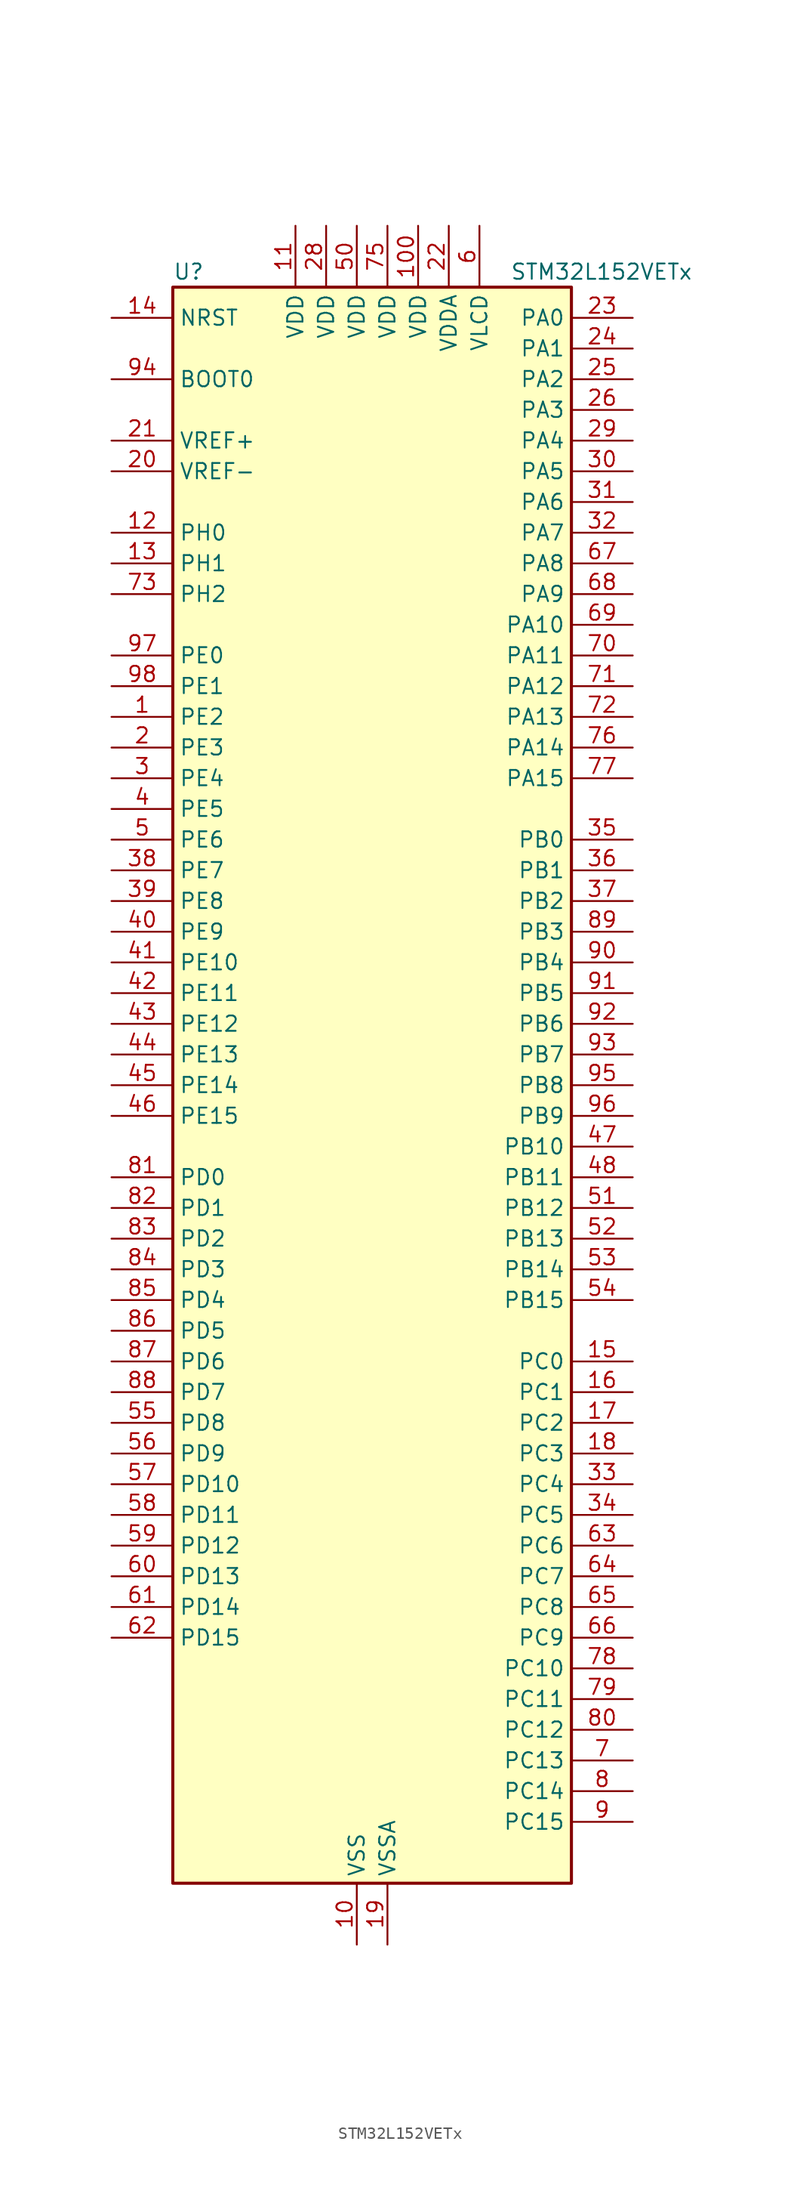
<source format=kicad_sym>
(kicad_symbol_lib
  (version 20220914)
  (generator kicad_symbol_editor)
  (symbol "STM32L152VETx"
    (property "Reference" "U"
      (at -15.24 67.31 0)
      (effects (font (size 1.27 1.27)) (justify left)))
    (property "Value" "STM32L152VETx"
      (at 12.7 67.31 0)
      (effects (font (size 1.27 1.27)) (justify left)))
    (property "ki_locked" ""
      (at 0 0 0)
      (effects (font (size 1.27 1.27))))
    (symbol "STM32L152VETx_0_1"
      (rectangle (start -15.24 -66.04) (end 17.78 66.04) (stroke (width 0.254) (type default)) (fill (type background))))
    (symbol "STM32L152VETx_1_1"
      (pin bidirectional line (at -20.32 30.48 0) (length 5.08) (name "PE2" (effects (font (size 1.27 1.27)))) (number "1" (effects (font (size 1.27 1.27)))) (alternate "LCD_SEG38" bidirectional line) (alternate "SYS_TRACECK" bidirectional line) (alternate "TIM3_ETR" bidirectional line) (alternate "TIMX_IC3" bidirectional line))
      (pin power_in line (at 0 -71.12 90) (length 5.08) (name "VSS" (effects (font (size 1.27 1.27)))) (number "10" (effects (font (size 1.27 1.27)))))
      (pin power_in line (at 5.08 71.12 270) (length 5.08) (name "VDD" (effects (font (size 1.27 1.27)))) (number "100" (effects (font (size 1.27 1.27)))))
      (pin power_in line (at -5.08 71.12 270) (length 5.08) (name "VDD" (effects (font (size 1.27 1.27)))) (number "11" (effects (font (size 1.27 1.27)))))
      (pin bidirectional line (at -20.32 45.72 0) (length 5.08) (name "PH0" (effects (font (size 1.27 1.27)))) (number "12" (effects (font (size 1.27 1.27)))) (alternate "RCC_OSC_IN" bidirectional line))
      (pin bidirectional line (at -20.32 43.18 0) (length 5.08) (name "PH1" (effects (font (size 1.27 1.27)))) (number "13" (effects (font (size 1.27 1.27)))) (alternate "RCC_OSC_OUT" bidirectional line))
      (pin input line (at -20.32 63.5 0) (length 5.08) (name "NRST" (effects (font (size 1.27 1.27)))) (number "14" (effects (font (size 1.27 1.27)))))
      (pin bidirectional line (at 22.86 -22.86 180) (length 5.08) (name "PC0" (effects (font (size 1.27 1.27)))) (number "15" (effects (font (size 1.27 1.27)))) (alternate "ADC_IN10" bidirectional line) (alternate "COMP1_INP" bidirectional line) (alternate "LCD_SEG18" bidirectional line) (alternate "TIMX_IC1" bidirectional line) (alternate "TS_G8_IO1" bidirectional line))
      (pin bidirectional line (at 22.86 -25.4 180) (length 5.08) (name "PC1" (effects (font (size 1.27 1.27)))) (number "16" (effects (font (size 1.27 1.27)))) (alternate "ADC_IN11" bidirectional line) (alternate "COMP1_INP" bidirectional line) (alternate "LCD_SEG19" bidirectional line) (alternate "TIMX_IC2" bidirectional line) (alternate "TS_G8_IO2" bidirectional line))
      (pin bidirectional line (at 22.86 -27.94 180) (length 5.08) (name "PC2" (effects (font (size 1.27 1.27)))) (number "17" (effects (font (size 1.27 1.27)))) (alternate "ADC_IN12" bidirectional line) (alternate "COMP1_INP" bidirectional line) (alternate "LCD_SEG20" bidirectional line) (alternate "TIMX_IC3" bidirectional line) (alternate "TS_G8_IO3" bidirectional line))
      (pin bidirectional line (at 22.86 -30.48 180) (length 5.08) (name "PC3" (effects (font (size 1.27 1.27)))) (number "18" (effects (font (size 1.27 1.27)))) (alternate "ADC_IN13" bidirectional line) (alternate "COMP1_INP" bidirectional line) (alternate "LCD_SEG21" bidirectional line) (alternate "TIMX_IC4" bidirectional line) (alternate "TS_G8_IO4" bidirectional line))
      (pin power_in line (at 2.54 -71.12 90) (length 5.08) (name "VSSA" (effects (font (size 1.27 1.27)))) (number "19" (effects (font (size 1.27 1.27)))))
      (pin bidirectional line (at -20.32 27.94 0) (length 5.08) (name "PE3" (effects (font (size 1.27 1.27)))) (number "2" (effects (font (size 1.27 1.27)))) (alternate "LCD_SEG39" bidirectional line) (alternate "SYS_TRACED0" bidirectional line) (alternate "TIM3_CH1" bidirectional line) (alternate "TIMX_IC4" bidirectional line))
      (pin input line (at -20.32 50.8 0) (length 5.08) (name "VREF-" (effects (font (size 1.27 1.27)))) (number "20" (effects (font (size 1.27 1.27)))))
      (pin input line (at -20.32 53.34 0) (length 5.08) (name "VREF+" (effects (font (size 1.27 1.27)))) (number "21" (effects (font (size 1.27 1.27)))))
      (pin power_in line (at 7.62 71.12 270) (length 5.08) (name "VDDA" (effects (font (size 1.27 1.27)))) (number "22" (effects (font (size 1.27 1.27)))))
      (pin bidirectional line (at 22.86 63.5 180) (length 5.08) (name "PA0" (effects (font (size 1.27 1.27)))) (number "23" (effects (font (size 1.27 1.27)))) (alternate "ADC_IN0" bidirectional line) (alternate "COMP1_INP" bidirectional line) (alternate "RTC_TAMP2" bidirectional line) (alternate "SYS_WKUP1" bidirectional line) (alternate "TIM2_CH1" bidirectional line) (alternate "TIM2_ETR" bidirectional line) (alternate "TIM5_CH1" bidirectional line) (alternate "TIMX_IC1" bidirectional line) (alternate "TS_G1_IO1" bidirectional line) (alternate "USART2_CTS" bidirectional line))
      (pin bidirectional line (at 22.86 60.96 180) (length 5.08) (name "PA1" (effects (font (size 1.27 1.27)))) (number "24" (effects (font (size 1.27 1.27)))) (alternate "ADC_IN1" bidirectional line) (alternate "COMP1_INP" bidirectional line) (alternate "LCD_SEG0" bidirectional line) (alternate "OPAMP1_VINP" bidirectional line) (alternate "TIM2_CH2" bidirectional line) (alternate "TIM5_CH2" bidirectional line) (alternate "TIMX_IC2" bidirectional line) (alternate "TS_G1_IO2" bidirectional line) (alternate "USART2_RTS" bidirectional line))
      (pin bidirectional line (at 22.86 58.42 180) (length 5.08) (name "PA2" (effects (font (size 1.27 1.27)))) (number "25" (effects (font (size 1.27 1.27)))) (alternate "ADC_IN2" bidirectional line) (alternate "COMP1_INP" bidirectional line) (alternate "LCD_SEG1" bidirectional line) (alternate "OPAMP1_VINM" bidirectional line) (alternate "TIM2_CH3" bidirectional line) (alternate "TIM5_CH3" bidirectional line) (alternate "TIM9_CH1" bidirectional line) (alternate "TIMX_IC3" bidirectional line) (alternate "TS_G1_IO3" bidirectional line) (alternate "USART2_TX" bidirectional line))
      (pin bidirectional line (at 22.86 55.88 180) (length 5.08) (name "PA3" (effects (font (size 1.27 1.27)))) (number "26" (effects (font (size 1.27 1.27)))) (alternate "ADC_IN3" bidirectional line) (alternate "COMP1_INP" bidirectional line) (alternate "LCD_SEG2" bidirectional line) (alternate "OPAMP1_VOUT" bidirectional line) (alternate "TIM2_CH4" bidirectional line) (alternate "TIM5_CH4" bidirectional line) (alternate "TIM9_CH2" bidirectional line) (alternate "TIMX_IC4" bidirectional line) (alternate "TS_G1_IO4" bidirectional line) (alternate "USART2_RX" bidirectional line))
      (pin passive line (at 0 -71.12 90) (length 5.08) hide (name "VSS" (effects (font (size 1.27 1.27)))) (number "27" (effects (font (size 1.27 1.27)))))
      (pin power_in line (at -2.54 71.12 270) (length 5.08) (name "VDD" (effects (font (size 1.27 1.27)))) (number "28" (effects (font (size 1.27 1.27)))))
      (pin bidirectional line (at 22.86 53.34 180) (length 5.08) (name "PA4" (effects (font (size 1.27 1.27)))) (number "29" (effects (font (size 1.27 1.27)))) (alternate "ADC_IN4" bidirectional line) (alternate "COMP1_INP" bidirectional line) (alternate "DAC_OUT1" bidirectional line) (alternate "I2S3_WS" bidirectional line) (alternate "SPI1_NSS" bidirectional line) (alternate "SPI3_NSS" bidirectional line) (alternate "TIMX_IC1" bidirectional line) (alternate "USART2_CK" bidirectional line))
      (pin bidirectional line (at -20.32 25.4 0) (length 5.08) (name "PE4" (effects (font (size 1.27 1.27)))) (number "3" (effects (font (size 1.27 1.27)))) (alternate "SYS_TRACED1" bidirectional line) (alternate "TIM3_CH2" bidirectional line) (alternate "TIMX_IC1" bidirectional line))
      (pin bidirectional line (at 22.86 50.8 180) (length 5.08) (name "PA5" (effects (font (size 1.27 1.27)))) (number "30" (effects (font (size 1.27 1.27)))) (alternate "ADC_IN5" bidirectional line) (alternate "COMP1_INP" bidirectional line) (alternate "DAC_OUT2" bidirectional line) (alternate "SPI1_SCK" bidirectional line) (alternate "TIM2_CH1" bidirectional line) (alternate "TIM2_ETR" bidirectional line) (alternate "TIMX_IC2" bidirectional line))
      (pin bidirectional line (at 22.86 48.26 180) (length 5.08) (name "PA6" (effects (font (size 1.27 1.27)))) (number "31" (effects (font (size 1.27 1.27)))) (alternate "ADC_IN6" bidirectional line) (alternate "COMP1_INP" bidirectional line) (alternate "LCD_SEG3" bidirectional line) (alternate "OPAMP2_VINP" bidirectional line) (alternate "SPI1_MISO" bidirectional line) (alternate "TIM10_CH1" bidirectional line) (alternate "TIM3_CH1" bidirectional line) (alternate "TIMX_IC3" bidirectional line) (alternate "TS_G2_IO1" bidirectional line))
      (pin bidirectional line (at 22.86 45.72 180) (length 5.08) (name "PA7" (effects (font (size 1.27 1.27)))) (number "32" (effects (font (size 1.27 1.27)))) (alternate "ADC_IN7" bidirectional line) (alternate "COMP1_INP" bidirectional line) (alternate "LCD_SEG4" bidirectional line) (alternate "OPAMP2_VINM" bidirectional line) (alternate "SPI1_MOSI" bidirectional line) (alternate "TIM11_CH1" bidirectional line) (alternate "TIM3_CH2" bidirectional line) (alternate "TIMX_IC4" bidirectional line) (alternate "TS_G2_IO2" bidirectional line))
      (pin bidirectional line (at 22.86 -33.02 180) (length 5.08) (name "PC4" (effects (font (size 1.27 1.27)))) (number "33" (effects (font (size 1.27 1.27)))) (alternate "ADC_IN14" bidirectional line) (alternate "COMP1_INP" bidirectional line) (alternate "LCD_SEG22" bidirectional line) (alternate "TIMX_IC1" bidirectional line) (alternate "TS_G9_IO1" bidirectional line))
      (pin bidirectional line (at 22.86 -35.56 180) (length 5.08) (name "PC5" (effects (font (size 1.27 1.27)))) (number "34" (effects (font (size 1.27 1.27)))) (alternate "ADC_IN15" bidirectional line) (alternate "COMP1_INP" bidirectional line) (alternate "LCD_SEG23" bidirectional line) (alternate "TIMX_IC2" bidirectional line) (alternate "TS_G9_IO2" bidirectional line))
      (pin bidirectional line (at 22.86 20.32 180) (length 5.08) (name "PB0" (effects (font (size 1.27 1.27)))) (number "35" (effects (font (size 1.27 1.27)))) (alternate "ADC_IN8" bidirectional line) (alternate "COMP1_INP" bidirectional line) (alternate "LCD_SEG5" bidirectional line) (alternate "OPAMP2_VOUT" bidirectional line) (alternate "SYS_V_REF_OUT" bidirectional line) (alternate "TIM3_CH3" bidirectional line) (alternate "TS_G3_IO1" bidirectional line))
      (pin bidirectional line (at 22.86 17.78 180) (length 5.08) (name "PB1" (effects (font (size 1.27 1.27)))) (number "36" (effects (font (size 1.27 1.27)))) (alternate "ADC_IN9" bidirectional line) (alternate "COMP1_INP" bidirectional line) (alternate "LCD_SEG6" bidirectional line) (alternate "SYS_V_REF_OUT" bidirectional line) (alternate "TIM3_CH4" bidirectional line) (alternate "TS_G3_IO2" bidirectional line))
      (pin bidirectional line (at 22.86 15.24 180) (length 5.08) (name "PB2" (effects (font (size 1.27 1.27)))) (number "37" (effects (font (size 1.27 1.27)))) (alternate "ADC_IN0b" bidirectional line) (alternate "TS_G3_IO3" bidirectional line))
      (pin bidirectional line (at -20.32 17.78 0) (length 5.08) (name "PE7" (effects (font (size 1.27 1.27)))) (number "38" (effects (font (size 1.27 1.27)))) (alternate "ADC_IN22" bidirectional line) (alternate "COMP1_INP" bidirectional line) (alternate "TIMX_IC4" bidirectional line))
      (pin bidirectional line (at -20.32 15.24 0) (length 5.08) (name "PE8" (effects (font (size 1.27 1.27)))) (number "39" (effects (font (size 1.27 1.27)))) (alternate "ADC_IN23" bidirectional line) (alternate "COMP1_INP" bidirectional line) (alternate "TIMX_IC1" bidirectional line))
      (pin bidirectional line (at -20.32 22.86 0) (length 5.08) (name "PE5" (effects (font (size 1.27 1.27)))) (number "4" (effects (font (size 1.27 1.27)))) (alternate "SYS_TRACED2" bidirectional line) (alternate "TIM9_CH1" bidirectional line) (alternate "TIMX_IC2" bidirectional line))
      (pin bidirectional line (at -20.32 12.7 0) (length 5.08) (name "PE9" (effects (font (size 1.27 1.27)))) (number "40" (effects (font (size 1.27 1.27)))) (alternate "ADC_IN24" bidirectional line) (alternate "COMP1_INP" bidirectional line) (alternate "DAC_EXTI9" bidirectional line) (alternate "TIM2_CH1" bidirectional line) (alternate "TIM2_ETR" bidirectional line) (alternate "TIMX_IC2" bidirectional line))
      (pin bidirectional line (at -20.32 10.16 0) (length 5.08) (name "PE10" (effects (font (size 1.27 1.27)))) (number "41" (effects (font (size 1.27 1.27)))) (alternate "ADC_IN25" bidirectional line) (alternate "COMP1_INP" bidirectional line) (alternate "TIM2_CH2" bidirectional line) (alternate "TIMX_IC3" bidirectional line))
      (pin bidirectional line (at -20.32 7.62 0) (length 5.08) (name "PE11" (effects (font (size 1.27 1.27)))) (number "42" (effects (font (size 1.27 1.27)))) (alternate "ADC_EXTI11" bidirectional line) (alternate "TIM2_CH3" bidirectional line) (alternate "TIMX_IC4" bidirectional line))
      (pin bidirectional line (at -20.32 5.08 0) (length 5.08) (name "PE12" (effects (font (size 1.27 1.27)))) (number "43" (effects (font (size 1.27 1.27)))) (alternate "SPI1_NSS" bidirectional line) (alternate "TIM2_CH4" bidirectional line) (alternate "TIMX_IC1" bidirectional line))
      (pin bidirectional line (at -20.32 2.54 0) (length 5.08) (name "PE13" (effects (font (size 1.27 1.27)))) (number "44" (effects (font (size 1.27 1.27)))) (alternate "SPI1_SCK" bidirectional line) (alternate "TIMX_IC2" bidirectional line))
      (pin bidirectional line (at -20.32 0 0) (length 5.08) (name "PE14" (effects (font (size 1.27 1.27)))) (number "45" (effects (font (size 1.27 1.27)))) (alternate "SPI1_MISO" bidirectional line) (alternate "TIMX_IC3" bidirectional line))
      (pin bidirectional line (at -20.32 -2.54 0) (length 5.08) (name "PE15" (effects (font (size 1.27 1.27)))) (number "46" (effects (font (size 1.27 1.27)))) (alternate "ADC_EXTI15" bidirectional line) (alternate "SPI1_MOSI" bidirectional line) (alternate "TIMX_IC4" bidirectional line))
      (pin bidirectional line (at 22.86 -5.08 180) (length 5.08) (name "PB10" (effects (font (size 1.27 1.27)))) (number "47" (effects (font (size 1.27 1.27)))) (alternate "I2C2_SCL" bidirectional line) (alternate "LCD_SEG10" bidirectional line) (alternate "TIM2_CH3" bidirectional line) (alternate "USART3_TX" bidirectional line))
      (pin bidirectional line (at 22.86 -7.62 180) (length 5.08) (name "PB11" (effects (font (size 1.27 1.27)))) (number "48" (effects (font (size 1.27 1.27)))) (alternate "ADC_EXTI11" bidirectional line) (alternate "I2C2_SDA" bidirectional line) (alternate "LCD_SEG11" bidirectional line) (alternate "TIM2_CH4" bidirectional line) (alternate "USART3_RX" bidirectional line))
      (pin passive line (at 0 -71.12 90) (length 5.08) hide (name "VSS" (effects (font (size 1.27 1.27)))) (number "49" (effects (font (size 1.27 1.27)))))
      (pin bidirectional line (at -20.32 20.32 0) (length 5.08) (name "PE6" (effects (font (size 1.27 1.27)))) (number "5" (effects (font (size 1.27 1.27)))) (alternate "RTC_TAMP3" bidirectional line) (alternate "SYS_TRACED3" bidirectional line) (alternate "SYS_WKUP3" bidirectional line) (alternate "TIM9_CH2" bidirectional line) (alternate "TIMX_IC3" bidirectional line))
      (pin power_in line (at 0 71.12 270) (length 5.08) (name "VDD" (effects (font (size 1.27 1.27)))) (number "50" (effects (font (size 1.27 1.27)))))
      (pin bidirectional line (at 22.86 -10.16 180) (length 5.08) (name "PB12" (effects (font (size 1.27 1.27)))) (number "51" (effects (font (size 1.27 1.27)))) (alternate "ADC_IN18" bidirectional line) (alternate "COMP1_INP" bidirectional line) (alternate "I2C2_SMBA" bidirectional line) (alternate "I2S2_WS" bidirectional line) (alternate "LCD_SEG12" bidirectional line) (alternate "SPI2_NSS" bidirectional line) (alternate "TIM10_CH1" bidirectional line) (alternate "TS_G7_IO1" bidirectional line) (alternate "USART3_CK" bidirectional line))
      (pin bidirectional line (at 22.86 -12.7 180) (length 5.08) (name "PB13" (effects (font (size 1.27 1.27)))) (number "52" (effects (font (size 1.27 1.27)))) (alternate "ADC_IN19" bidirectional line) (alternate "COMP1_INP" bidirectional line) (alternate "I2S2_CK" bidirectional line) (alternate "LCD_SEG13" bidirectional line) (alternate "SPI2_SCK" bidirectional line) (alternate "TIM9_CH1" bidirectional line) (alternate "TS_G7_IO2" bidirectional line) (alternate "USART3_CTS" bidirectional line))
      (pin bidirectional line (at 22.86 -15.24 180) (length 5.08) (name "PB14" (effects (font (size 1.27 1.27)))) (number "53" (effects (font (size 1.27 1.27)))) (alternate "ADC_IN20" bidirectional line) (alternate "COMP1_INP" bidirectional line) (alternate "LCD_SEG14" bidirectional line) (alternate "SPI2_MISO" bidirectional line) (alternate "TIM9_CH2" bidirectional line) (alternate "TS_G7_IO3" bidirectional line) (alternate "USART3_RTS" bidirectional line))
      (pin bidirectional line (at 22.86 -17.78 180) (length 5.08) (name "PB15" (effects (font (size 1.27 1.27)))) (number "54" (effects (font (size 1.27 1.27)))) (alternate "ADC_EXTI15" bidirectional line) (alternate "ADC_IN21" bidirectional line) (alternate "COMP1_INP" bidirectional line) (alternate "I2S2_SD" bidirectional line) (alternate "LCD_SEG15" bidirectional line) (alternate "RTC_REFIN" bidirectional line) (alternate "SPI2_MOSI" bidirectional line) (alternate "TIM11_CH1" bidirectional line) (alternate "TS_G7_IO4" bidirectional line))
      (pin bidirectional line (at -20.32 -27.94 0) (length 5.08) (name "PD8" (effects (font (size 1.27 1.27)))) (number "55" (effects (font (size 1.27 1.27)))) (alternate "LCD_SEG28" bidirectional line) (alternate "TIMX_IC1" bidirectional line) (alternate "USART3_TX" bidirectional line))
      (pin bidirectional line (at -20.32 -30.48 0) (length 5.08) (name "PD9" (effects (font (size 1.27 1.27)))) (number "56" (effects (font (size 1.27 1.27)))) (alternate "DAC_EXTI9" bidirectional line) (alternate "LCD_SEG29" bidirectional line) (alternate "TIMX_IC2" bidirectional line) (alternate "USART3_RX" bidirectional line))
      (pin bidirectional line (at -20.32 -33.02 0) (length 5.08) (name "PD10" (effects (font (size 1.27 1.27)))) (number "57" (effects (font (size 1.27 1.27)))) (alternate "LCD_SEG30" bidirectional line) (alternate "TIMX_IC3" bidirectional line) (alternate "USART3_CK" bidirectional line))
      (pin bidirectional line (at -20.32 -35.56 0) (length 5.08) (name "PD11" (effects (font (size 1.27 1.27)))) (number "58" (effects (font (size 1.27 1.27)))) (alternate "ADC_EXTI11" bidirectional line) (alternate "LCD_SEG31" bidirectional line) (alternate "TIMX_IC4" bidirectional line) (alternate "USART3_CTS" bidirectional line))
      (pin bidirectional line (at -20.32 -38.1 0) (length 5.08) (name "PD12" (effects (font (size 1.27 1.27)))) (number "59" (effects (font (size 1.27 1.27)))) (alternate "LCD_SEG32" bidirectional line) (alternate "TIM4_CH1" bidirectional line) (alternate "TIMX_IC1" bidirectional line) (alternate "USART3_RTS" bidirectional line))
      (pin power_in line (at 10.16 71.12 270) (length 5.08) (name "VLCD" (effects (font (size 1.27 1.27)))) (number "6" (effects (font (size 1.27 1.27)))))
      (pin bidirectional line (at -20.32 -40.64 0) (length 5.08) (name "PD13" (effects (font (size 1.27 1.27)))) (number "60" (effects (font (size 1.27 1.27)))) (alternate "LCD_SEG33" bidirectional line) (alternate "TIM4_CH2" bidirectional line) (alternate "TIMX_IC2" bidirectional line))
      (pin bidirectional line (at -20.32 -43.18 0) (length 5.08) (name "PD14" (effects (font (size 1.27 1.27)))) (number "61" (effects (font (size 1.27 1.27)))) (alternate "LCD_SEG34" bidirectional line) (alternate "TIM4_CH3" bidirectional line) (alternate "TIMX_IC3" bidirectional line))
      (pin bidirectional line (at -20.32 -45.72 0) (length 5.08) (name "PD15" (effects (font (size 1.27 1.27)))) (number "62" (effects (font (size 1.27 1.27)))) (alternate "ADC_EXTI15" bidirectional line) (alternate "LCD_SEG35" bidirectional line) (alternate "TIM4_CH4" bidirectional line) (alternate "TIMX_IC4" bidirectional line))
      (pin bidirectional line (at 22.86 -38.1 180) (length 5.08) (name "PC6" (effects (font (size 1.27 1.27)))) (number "63" (effects (font (size 1.27 1.27)))) (alternate "I2S2_MCK" bidirectional line) (alternate "LCD_SEG24" bidirectional line) (alternate "TIM3_CH1" bidirectional line) (alternate "TIMX_IC3" bidirectional line) (alternate "TS_G10_IO1" bidirectional line))
      (pin bidirectional line (at 22.86 -40.64 180) (length 5.08) (name "PC7" (effects (font (size 1.27 1.27)))) (number "64" (effects (font (size 1.27 1.27)))) (alternate "I2S3_MCK" bidirectional line) (alternate "LCD_SEG25" bidirectional line) (alternate "TIM3_CH2" bidirectional line) (alternate "TIMX_IC4" bidirectional line) (alternate "TS_G10_IO2" bidirectional line))
      (pin bidirectional line (at 22.86 -43.18 180) (length 5.08) (name "PC8" (effects (font (size 1.27 1.27)))) (number "65" (effects (font (size 1.27 1.27)))) (alternate "LCD_SEG26" bidirectional line) (alternate "TIM3_CH3" bidirectional line) (alternate "TIMX_IC1" bidirectional line) (alternate "TS_G10_IO3" bidirectional line))
      (pin bidirectional line (at 22.86 -45.72 180) (length 5.08) (name "PC9" (effects (font (size 1.27 1.27)))) (number "66" (effects (font (size 1.27 1.27)))) (alternate "DAC_EXTI9" bidirectional line) (alternate "LCD_SEG27" bidirectional line) (alternate "TIM3_CH4" bidirectional line) (alternate "TIMX_IC2" bidirectional line) (alternate "TS_G10_IO4" bidirectional line))
      (pin bidirectional line (at 22.86 43.18 180) (length 5.08) (name "PA8" (effects (font (size 1.27 1.27)))) (number "67" (effects (font (size 1.27 1.27)))) (alternate "LCD_COM0" bidirectional line) (alternate "RCC_MCO" bidirectional line) (alternate "TIMX_IC1" bidirectional line) (alternate "TS_G4_IO1" bidirectional line) (alternate "USART1_CK" bidirectional line))
      (pin bidirectional line (at 22.86 40.64 180) (length 5.08) (name "PA9" (effects (font (size 1.27 1.27)))) (number "68" (effects (font (size 1.27 1.27)))) (alternate "DAC_EXTI9" bidirectional line) (alternate "LCD_COM1" bidirectional line) (alternate "TIMX_IC2" bidirectional line) (alternate "TS_G4_IO2" bidirectional line) (alternate "USART1_TX" bidirectional line))
      (pin bidirectional line (at 22.86 38.1 180) (length 5.08) (name "PA10" (effects (font (size 1.27 1.27)))) (number "69" (effects (font (size 1.27 1.27)))) (alternate "LCD_COM2" bidirectional line) (alternate "TIMX_IC3" bidirectional line) (alternate "TS_G4_IO3" bidirectional line) (alternate "USART1_RX" bidirectional line))
      (pin bidirectional line (at 22.86 -55.88 180) (length 5.08) (name "PC13" (effects (font (size 1.27 1.27)))) (number "7" (effects (font (size 1.27 1.27)))) (alternate "RTC_OUT_ALARM" bidirectional line) (alternate "RTC_OUT_CALIB" bidirectional line) (alternate "RTC_TAMP1" bidirectional line) (alternate "RTC_TS" bidirectional line) (alternate "SYS_WKUP2" bidirectional line) (alternate "TIMX_IC2" bidirectional line))
      (pin bidirectional line (at 22.86 35.56 180) (length 5.08) (name "PA11" (effects (font (size 1.27 1.27)))) (number "70" (effects (font (size 1.27 1.27)))) (alternate "ADC_EXTI11" bidirectional line) (alternate "SPI1_MISO" bidirectional line) (alternate "TIMX_IC4" bidirectional line) (alternate "USART1_CTS" bidirectional line) (alternate "USB_DM" bidirectional line))
      (pin bidirectional line (at 22.86 33.02 180) (length 5.08) (name "PA12" (effects (font (size 1.27 1.27)))) (number "71" (effects (font (size 1.27 1.27)))) (alternate "SPI1_MOSI" bidirectional line) (alternate "TIMX_IC1" bidirectional line) (alternate "USART1_RTS" bidirectional line) (alternate "USB_DP" bidirectional line))
      (pin bidirectional line (at 22.86 30.48 180) (length 5.08) (name "PA13" (effects (font (size 1.27 1.27)))) (number "72" (effects (font (size 1.27 1.27)))) (alternate "SYS_JTMS-SWDIO" bidirectional line) (alternate "TIMX_IC2" bidirectional line) (alternate "TS_G5_IO1" bidirectional line))
      (pin bidirectional line (at -20.32 40.64 0) (length 5.08) (name "PH2" (effects (font (size 1.27 1.27)))) (number "73" (effects (font (size 1.27 1.27)))))
      (pin passive line (at 0 -71.12 90) (length 5.08) hide (name "VSS" (effects (font (size 1.27 1.27)))) (number "74" (effects (font (size 1.27 1.27)))))
      (pin power_in line (at 2.54 71.12 270) (length 5.08) (name "VDD" (effects (font (size 1.27 1.27)))) (number "75" (effects (font (size 1.27 1.27)))))
      (pin bidirectional line (at 22.86 27.94 180) (length 5.08) (name "PA14" (effects (font (size 1.27 1.27)))) (number "76" (effects (font (size 1.27 1.27)))) (alternate "SYS_JTCK-SWCLK" bidirectional line) (alternate "TIMX_IC3" bidirectional line) (alternate "TS_G5_IO2" bidirectional line))
      (pin bidirectional line (at 22.86 25.4 180) (length 5.08) (name "PA15" (effects (font (size 1.27 1.27)))) (number "77" (effects (font (size 1.27 1.27)))) (alternate "ADC_EXTI15" bidirectional line) (alternate "I2S3_WS" bidirectional line) (alternate "LCD_SEG17" bidirectional line) (alternate "SPI1_NSS" bidirectional line) (alternate "SPI3_NSS" bidirectional line) (alternate "SYS_JTDI" bidirectional line) (alternate "TIM2_CH1" bidirectional line) (alternate "TIM2_ETR" bidirectional line) (alternate "TIMX_IC4" bidirectional line) (alternate "TS_G5_IO3" bidirectional line))
      (pin bidirectional line (at 22.86 -48.26 180) (length 5.08) (name "PC10" (effects (font (size 1.27 1.27)))) (number "78" (effects (font (size 1.27 1.27)))) (alternate "I2S3_CK" bidirectional line) (alternate "LCD_COM4" bidirectional line) (alternate "LCD_SEG28" bidirectional line) (alternate "LCD_SEG40" bidirectional line) (alternate "SPI3_SCK" bidirectional line) (alternate "TIMX_IC3" bidirectional line) (alternate "UART4_TX" bidirectional line) (alternate "USART3_TX" bidirectional line))
      (pin bidirectional line (at 22.86 -50.8 180) (length 5.08) (name "PC11" (effects (font (size 1.27 1.27)))) (number "79" (effects (font (size 1.27 1.27)))) (alternate "ADC_EXTI11" bidirectional line) (alternate "LCD_COM5" bidirectional line) (alternate "LCD_SEG29" bidirectional line) (alternate "LCD_SEG41" bidirectional line) (alternate "SPI3_MISO" bidirectional line) (alternate "TIMX_IC4" bidirectional line) (alternate "UART4_RX" bidirectional line) (alternate "USART3_RX" bidirectional line))
      (pin bidirectional line (at 22.86 -58.42 180) (length 5.08) (name "PC14" (effects (font (size 1.27 1.27)))) (number "8" (effects (font (size 1.27 1.27)))) (alternate "RCC_OSC32_IN" bidirectional line) (alternate "TIMX_IC3" bidirectional line))
      (pin bidirectional line (at 22.86 -53.34 180) (length 5.08) (name "PC12" (effects (font (size 1.27 1.27)))) (number "80" (effects (font (size 1.27 1.27)))) (alternate "I2S3_SD" bidirectional line) (alternate "LCD_COM6" bidirectional line) (alternate "LCD_SEG30" bidirectional line) (alternate "LCD_SEG42" bidirectional line) (alternate "SPI3_MOSI" bidirectional line) (alternate "TIMX_IC1" bidirectional line) (alternate "UART5_TX" bidirectional line) (alternate "USART3_CK" bidirectional line))
      (pin bidirectional line (at -20.32 -7.62 0) (length 5.08) (name "PD0" (effects (font (size 1.27 1.27)))) (number "81" (effects (font (size 1.27 1.27)))) (alternate "I2S2_WS" bidirectional line) (alternate "SPI2_NSS" bidirectional line) (alternate "TIM9_CH1" bidirectional line) (alternate "TIMX_IC1" bidirectional line))
      (pin bidirectional line (at -20.32 -10.16 0) (length 5.08) (name "PD1" (effects (font (size 1.27 1.27)))) (number "82" (effects (font (size 1.27 1.27)))) (alternate "I2S2_CK" bidirectional line) (alternate "SPI2_SCK" bidirectional line) (alternate "TIMX_IC2" bidirectional line))
      (pin bidirectional line (at -20.32 -12.7 0) (length 5.08) (name "PD2" (effects (font (size 1.27 1.27)))) (number "83" (effects (font (size 1.27 1.27)))) (alternate "LCD_COM7" bidirectional line) (alternate "LCD_SEG31" bidirectional line) (alternate "LCD_SEG43" bidirectional line) (alternate "TIM3_ETR" bidirectional line) (alternate "TIMX_IC3" bidirectional line) (alternate "UART5_RX" bidirectional line))
      (pin bidirectional line (at -20.32 -15.24 0) (length 5.08) (name "PD3" (effects (font (size 1.27 1.27)))) (number "84" (effects (font (size 1.27 1.27)))) (alternate "SPI2_MISO" bidirectional line) (alternate "TIMX_IC4" bidirectional line) (alternate "USART2_CTS" bidirectional line))
      (pin bidirectional line (at -20.32 -17.78 0) (length 5.08) (name "PD4" (effects (font (size 1.27 1.27)))) (number "85" (effects (font (size 1.27 1.27)))) (alternate "I2S2_SD" bidirectional line) (alternate "SPI2_MOSI" bidirectional line) (alternate "TIMX_IC1" bidirectional line) (alternate "USART2_RTS" bidirectional line))
      (pin bidirectional line (at -20.32 -20.32 0) (length 5.08) (name "PD5" (effects (font (size 1.27 1.27)))) (number "86" (effects (font (size 1.27 1.27)))) (alternate "TIMX_IC2" bidirectional line) (alternate "USART2_TX" bidirectional line))
      (pin bidirectional line (at -20.32 -22.86 0) (length 5.08) (name "PD6" (effects (font (size 1.27 1.27)))) (number "87" (effects (font (size 1.27 1.27)))) (alternate "TIMX_IC3" bidirectional line) (alternate "USART2_RX" bidirectional line))
      (pin bidirectional line (at -20.32 -25.4 0) (length 5.08) (name "PD7" (effects (font (size 1.27 1.27)))) (number "88" (effects (font (size 1.27 1.27)))) (alternate "TIM9_CH2" bidirectional line) (alternate "TIMX_IC4" bidirectional line) (alternate "USART2_CK" bidirectional line))
      (pin bidirectional line (at 22.86 12.7 180) (length 5.08) (name "PB3" (effects (font (size 1.27 1.27)))) (number "89" (effects (font (size 1.27 1.27)))) (alternate "COMP2_INM" bidirectional line) (alternate "I2S3_CK" bidirectional line) (alternate "LCD_SEG7" bidirectional line) (alternate "SPI1_SCK" bidirectional line) (alternate "SPI3_SCK" bidirectional line) (alternate "SYS_JTDO-TRACESWO" bidirectional line) (alternate "TIM2_CH2" bidirectional line))
      (pin bidirectional line (at 22.86 -60.96 180) (length 5.08) (name "PC15" (effects (font (size 1.27 1.27)))) (number "9" (effects (font (size 1.27 1.27)))) (alternate "ADC_EXTI15" bidirectional line) (alternate "RCC_OSC32_OUT" bidirectional line) (alternate "TIMX_IC4" bidirectional line))
      (pin bidirectional line (at 22.86 10.16 180) (length 5.08) (name "PB4" (effects (font (size 1.27 1.27)))) (number "90" (effects (font (size 1.27 1.27)))) (alternate "COMP2_INP" bidirectional line) (alternate "LCD_SEG8" bidirectional line) (alternate "SPI1_MISO" bidirectional line) (alternate "SPI3_MISO" bidirectional line) (alternate "SYS_JTRST" bidirectional line) (alternate "TIM3_CH1" bidirectional line) (alternate "TS_G6_IO1" bidirectional line))
      (pin bidirectional line (at 22.86 7.62 180) (length 5.08) (name "PB5" (effects (font (size 1.27 1.27)))) (number "91" (effects (font (size 1.27 1.27)))) (alternate "COMP2_INP" bidirectional line) (alternate "I2C1_SMBA" bidirectional line) (alternate "I2S3_SD" bidirectional line) (alternate "LCD_SEG9" bidirectional line) (alternate "SPI1_MOSI" bidirectional line) (alternate "SPI3_MOSI" bidirectional line) (alternate "TIM3_CH2" bidirectional line) (alternate "TS_G6_IO2" bidirectional line))
      (pin bidirectional line (at 22.86 5.08 180) (length 5.08) (name "PB6" (effects (font (size 1.27 1.27)))) (number "92" (effects (font (size 1.27 1.27)))) (alternate "COMP2_INP" bidirectional line) (alternate "I2C1_SCL" bidirectional line) (alternate "TIM4_CH1" bidirectional line) (alternate "TS_G6_IO3" bidirectional line) (alternate "USART1_TX" bidirectional line))
      (pin bidirectional line (at 22.86 2.54 180) (length 5.08) (name "PB7" (effects (font (size 1.27 1.27)))) (number "93" (effects (font (size 1.27 1.27)))) (alternate "COMP2_INP" bidirectional line) (alternate "I2C1_SDA" bidirectional line) (alternate "SYS_PVD_IN" bidirectional line) (alternate "TIM4_CH2" bidirectional line) (alternate "TS_G6_IO4" bidirectional line) (alternate "USART1_RX" bidirectional line))
      (pin input line (at -20.32 58.42 0) (length 5.08) (name "BOOT0" (effects (font (size 1.27 1.27)))) (number "94" (effects (font (size 1.27 1.27)))))
      (pin bidirectional line (at 22.86 0 180) (length 5.08) (name "PB8" (effects (font (size 1.27 1.27)))) (number "95" (effects (font (size 1.27 1.27)))) (alternate "I2C1_SCL" bidirectional line) (alternate "LCD_SEG16" bidirectional line) (alternate "TIM10_CH1" bidirectional line) (alternate "TIM4_CH3" bidirectional line))
      (pin bidirectional line (at 22.86 -2.54 180) (length 5.08) (name "PB9" (effects (font (size 1.27 1.27)))) (number "96" (effects (font (size 1.27 1.27)))) (alternate "DAC_EXTI9" bidirectional line) (alternate "I2C1_SDA" bidirectional line) (alternate "LCD_COM3" bidirectional line) (alternate "TIM11_CH1" bidirectional line) (alternate "TIM4_CH4" bidirectional line))
      (pin bidirectional line (at -20.32 35.56 0) (length 5.08) (name "PE0" (effects (font (size 1.27 1.27)))) (number "97" (effects (font (size 1.27 1.27)))) (alternate "LCD_SEG36" bidirectional line) (alternate "TIM10_CH1" bidirectional line) (alternate "TIM4_ETR" bidirectional line) (alternate "TIMX_IC1" bidirectional line))
      (pin bidirectional line (at -20.32 33.02 0) (length 5.08) (name "PE1" (effects (font (size 1.27 1.27)))) (number "98" (effects (font (size 1.27 1.27)))) (alternate "LCD_SEG37" bidirectional line) (alternate "TIM11_CH1" bidirectional line) (alternate "TIMX_IC2" bidirectional line))
      (pin passive line (at 0 -71.12 90) (length 5.08) hide (name "VSS" (effects (font (size 1.27 1.27)))) (number "99" (effects (font (size 1.27 1.27))))))))
</source>
